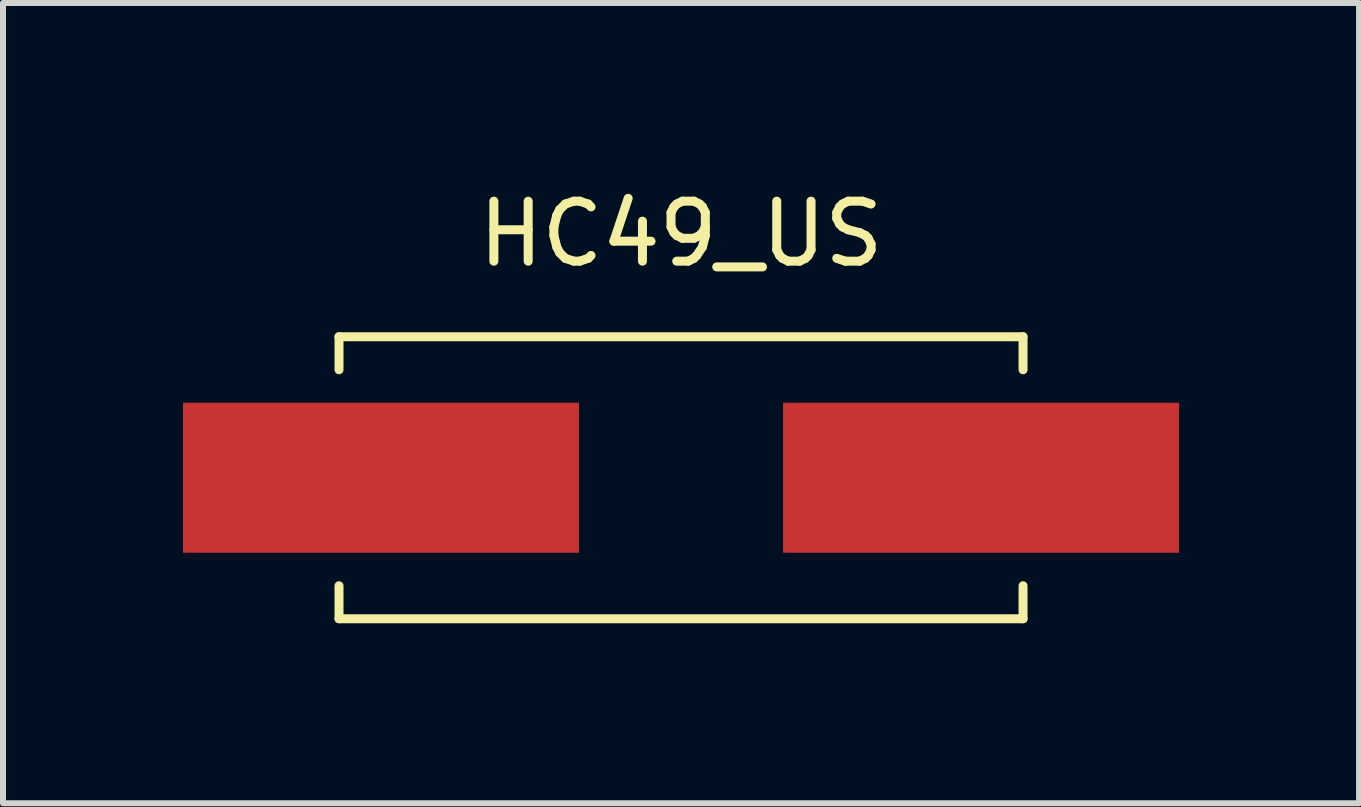
<source format=kicad_pcb>
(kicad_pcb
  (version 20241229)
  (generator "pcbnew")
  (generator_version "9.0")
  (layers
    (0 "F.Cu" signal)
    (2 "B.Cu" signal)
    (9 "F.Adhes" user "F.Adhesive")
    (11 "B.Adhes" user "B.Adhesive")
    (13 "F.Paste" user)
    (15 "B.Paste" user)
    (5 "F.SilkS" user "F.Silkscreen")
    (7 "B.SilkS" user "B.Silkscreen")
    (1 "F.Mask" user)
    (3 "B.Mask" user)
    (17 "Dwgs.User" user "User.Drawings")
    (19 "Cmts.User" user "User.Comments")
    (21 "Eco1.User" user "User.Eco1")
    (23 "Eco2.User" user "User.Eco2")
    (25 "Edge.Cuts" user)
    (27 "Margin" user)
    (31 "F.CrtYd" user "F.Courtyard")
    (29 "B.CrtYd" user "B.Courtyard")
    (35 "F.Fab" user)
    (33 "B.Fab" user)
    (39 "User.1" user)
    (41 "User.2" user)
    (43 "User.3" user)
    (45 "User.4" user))
  (footprint "HC49_US"
    (layer "F.Cu")
    (at 8.3 4.912)
    (property "Reference" "HC49_US" (at 0 -4.064 0) (layer "F.SilkS") (effects (font (size 1 1) (thickness 0.15))))
    (attr through_hole)
    (fp_line (start -5.7 -2.35) (end -5.7 -1.8) (stroke (width 0.15) (type solid)) (layer "F.SilkS"))
    (fp_line (start -5.7 -2.35) (end 5.7 -2.35) (stroke (width 0.15) (type solid)) (layer "F.SilkS"))
    (fp_line (start -5.7 1.8) (end -5.7 2.35) (stroke (width 0.15) (type solid)) (layer "F.SilkS"))
    (fp_line (start -5.7 2.35) (end 5.7 2.35) (stroke (width 0.15) (type solid)) (layer "F.SilkS"))
    (fp_line (start 5.7 -1.8) (end 5.7 -2.35) (stroke (width 0.15) (type solid)) (layer "F.SilkS"))
    (fp_line (start 5.7 2.35) (end 5.7 1.8) (stroke (width 0.15) (type solid)) (layer "F.SilkS"))
    (pad "1" smd rect (at -5 0) (size 6.6 2.5) (layers "F.Cu" "F.Mask" "F.Paste"))
    (pad "2" smd rect (at 5 0) (size 6.6 2.5) (layers "F.Cu" "F.Mask" "F.Paste")))
  (gr_rect
    (start -3 -3)
    (end 19.6 10.337)
    (stroke (width 0.1) (type default))
    (fill no)
    (layer "Edge.Cuts")))
</source>
